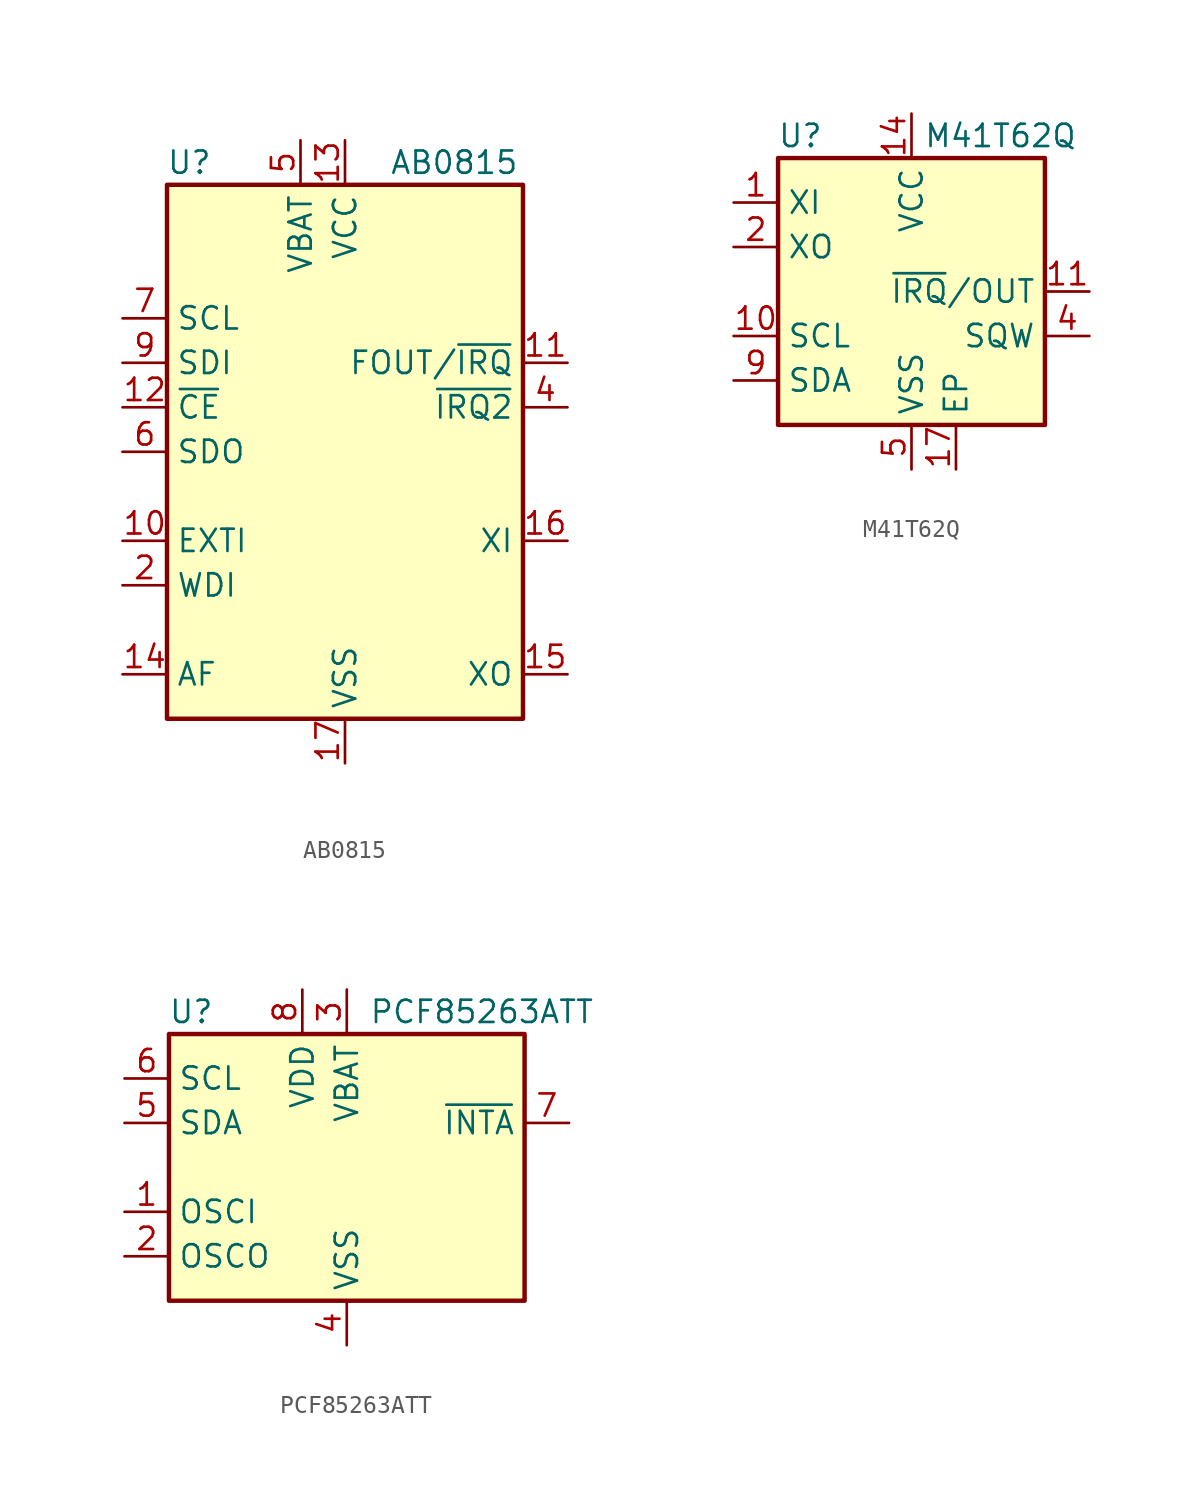
<source format=kicad_sym>
(kicad_symbol_lib
  (version 20241209)
  (generator "kicad_symbol_editor")
  (generator_version "9.0")
  (symbol "AB0815"
    (property "Reference" "U"
      (at -8.89 16.51 0)
      (effects (font (size 1.27 1.27))))
    (property "Value" "AB0815"
      (at 2.54 16.51 0)
      (effects (font (size 1.27 1.27)) (justify left)))
    (symbol "AB0815_0_1"
      (rectangle (start -10.16 15.24) (end 10.16 -15.24) (stroke (width 0.254) (type default)) (fill (type background))))
    (symbol "AB0815_1_1"
      (pin input line (at -12.7 7.62 0) (length 2.54) (name "SCL" (effects (font (size 1.27 1.27)))) (number "7" (effects (font (size 1.27 1.27)))))
      (pin input line (at -12.7 5.08 0) (length 2.54) (name "SDI" (effects (font (size 1.27 1.27)))) (number "9" (effects (font (size 1.27 1.27)))))
      (pin input line (at -12.7 2.54 0) (length 2.54) (name "~{CE}" (effects (font (size 1.27 1.27)))) (number "12" (effects (font (size 1.27 1.27)))))
      (pin output line (at -12.7 0 0) (length 2.54) (name "SDO" (effects (font (size 1.27 1.27)))) (number "6" (effects (font (size 1.27 1.27)))))
      (pin input line (at -12.7 -5.08 0) (length 2.54) (name "EXTI" (effects (font (size 1.27 1.27)))) (number "10" (effects (font (size 1.27 1.27)))))
      (pin input line (at -12.7 -7.62 0) (length 2.54) (name "WDI" (effects (font (size 1.27 1.27)))) (number "2" (effects (font (size 1.27 1.27)))))
      (pin passive line (at -12.7 -12.7 0) (length 2.54) (name "AF" (effects (font (size 1.27 1.27)))) (number "14" (effects (font (size 1.27 1.27)))))
      (pin no_connect line (at -10.16 -2.54 0) (length 2.54) (hide yes) (name "NC" (effects (font (size 1.27 1.27)))) (number "1" (effects (font (size 1.27 1.27)))))
      (pin no_connect line (at -10.16 -10.16 0) (length 2.54) (hide yes) (name "NC" (effects (font (size 1.27 1.27)))) (number "3" (effects (font (size 1.27 1.27)))))
      (pin power_in line (at -2.54 17.78 270) (length 2.54) (name "VBAT" (effects (font (size 1.27 1.27)))) (number "5" (effects (font (size 1.27 1.27)))))
      (pin power_in line (at 0 17.78 270) (length 2.54) (name "VCC" (effects (font (size 1.27 1.27)))) (number "13" (effects (font (size 1.27 1.27)))))
      (pin power_in line (at 0 -17.78 90) (length 2.54) (name "VSS" (effects (font (size 1.27 1.27)))) (number "17" (effects (font (size 1.27 1.27)))))
      (pin no_connect line (at 10.16 0 180) (length 2.54) (hide yes) (name "NC" (effects (font (size 1.27 1.27)))) (number "8" (effects (font (size 1.27 1.27)))))
      (pin open_collector line (at 12.7 5.08 180) (length 2.54) (name "FOUT/~{IRQ}" (effects (font (size 1.27 1.27)))) (number "11" (effects (font (size 1.27 1.27)))))
      (pin open_collector line (at 12.7 2.54 180) (length 2.54) (name "~{IRQ2}" (effects (font (size 1.27 1.27)))) (number "4" (effects (font (size 1.27 1.27)))))
      (pin input line (at 12.7 -5.08 180) (length 2.54) (name "XI" (effects (font (size 1.27 1.27)))) (number "16" (effects (font (size 1.27 1.27)))))
      (pin output line (at 12.7 -12.7 180) (length 2.54) (name "XO" (effects (font (size 1.27 1.27)))) (number "15" (effects (font (size 1.27 1.27)))))))
  (symbol "M41T62Q"
    (property "Reference" "U"
      (at -6.35 8.89 0)
      (effects (font (size 1.27 1.27))))
    (property "Value" "M41T62Q"
      (at 5.08 8.89 0)
      (effects (font (size 1.27 1.27))))
    (symbol "M41T62Q_0_1"
      (rectangle (start -7.62 7.62) (end 7.62 -7.62) (stroke (width 0.254) (type default)) (fill (type background))))
    (symbol "M41T62Q_1_1"
      (pin input line (at -10.16 5.08 0) (length 2.54) (name "XI" (effects (font (size 1.27 1.27)))) (number "1" (effects (font (size 1.27 1.27)))))
      (pin input line (at -10.16 2.54 0) (length 2.54) (name "XO" (effects (font (size 1.27 1.27)))) (number "2" (effects (font (size 1.27 1.27)))))
      (pin input line (at -10.16 -2.54 0) (length 2.54) (name "SCL" (effects (font (size 1.27 1.27)))) (number "10" (effects (font (size 1.27 1.27)))))
      (pin bidirectional line (at -10.16 -5.08 0) (length 2.54) (name "SDA" (effects (font (size 1.27 1.27)))) (number "9" (effects (font (size 1.27 1.27)))))
      (pin power_in line (at 0 10.16 270) (length 2.54) (name "VCC" (effects (font (size 1.27 1.27)))) (number "14" (effects (font (size 1.27 1.27)))))
      (pin power_in line (at 0 -10.16 90) (length 2.54) (name "VSS" (effects (font (size 1.27 1.27)))) (number "5" (effects (font (size 1.27 1.27)))))
      (pin passive line (at 2.54 -10.16 90) (length 2.54) (name "EP" (effects (font (size 1.27 1.27)))) (number "17" (effects (font (size 1.27 1.27)))))
      (pin output line (at 10.16 0 180) (length 2.54) (name "~{IRQ}/OUT" (effects (font (size 1.27 1.27)))) (number "11" (effects (font (size 1.27 1.27)))))
      (pin output line (at 10.16 -2.54 180) (length 2.54) (name "SQW" (effects (font (size 1.27 1.27)))) (number "4" (effects (font (size 1.27 1.27)))))))
  (symbol "PCF85263ATT"
    (property "Reference" "U"
      (at -8.89 8.89 0)
      (effects (font (size 1.27 1.27))))
    (property "Value" "PCF85263ATT"
      (at 1.27 8.89 0)
      (effects (font (size 1.27 1.27)) (justify left)))
    (symbol "PCF85263ATT_0_1"
      (rectangle (start -10.16 7.62) (end 10.16 -7.62) (stroke (width 0.254) (type default)) (fill (type background))))
    (symbol "PCF85263ATT_1_1"
      (pin input line (at -12.7 5.08 0) (length 2.54) (name "SCL" (effects (font (size 1.27 1.27)))) (number "6" (effects (font (size 1.27 1.27)))))
      (pin bidirectional line (at -12.7 2.54 0) (length 2.54) (name "SDA" (effects (font (size 1.27 1.27)))) (number "5" (effects (font (size 1.27 1.27)))))
      (pin input line (at -12.7 -2.54 0) (length 2.54) (name "OSCI" (effects (font (size 1.27 1.27)))) (number "1" (effects (font (size 1.27 1.27)))))
      (pin output line (at -12.7 -5.08 0) (length 2.54) (name "OSCO" (effects (font (size 1.27 1.27)))) (number "2" (effects (font (size 1.27 1.27)))))
      (pin power_in line (at -2.54 10.16 270) (length 2.54) (name "VDD" (effects (font (size 1.27 1.27)))) (number "8" (effects (font (size 1.27 1.27)))))
      (pin power_in line (at 0 10.16 270) (length 2.54) (name "VBAT" (effects (font (size 1.27 1.27)))) (number "3" (effects (font (size 1.27 1.27)))))
      (pin power_in line (at 0 -10.16 90) (length 2.54) (name "VSS" (effects (font (size 1.27 1.27)))) (number "4" (effects (font (size 1.27 1.27)))))
      (pin open_collector line (at 12.7 2.54 180) (length 2.54) (name "~{INTA}" (effects (font (size 1.27 1.27)))) (number "7" (effects (font (size 1.27 1.27))))))))
</source>
